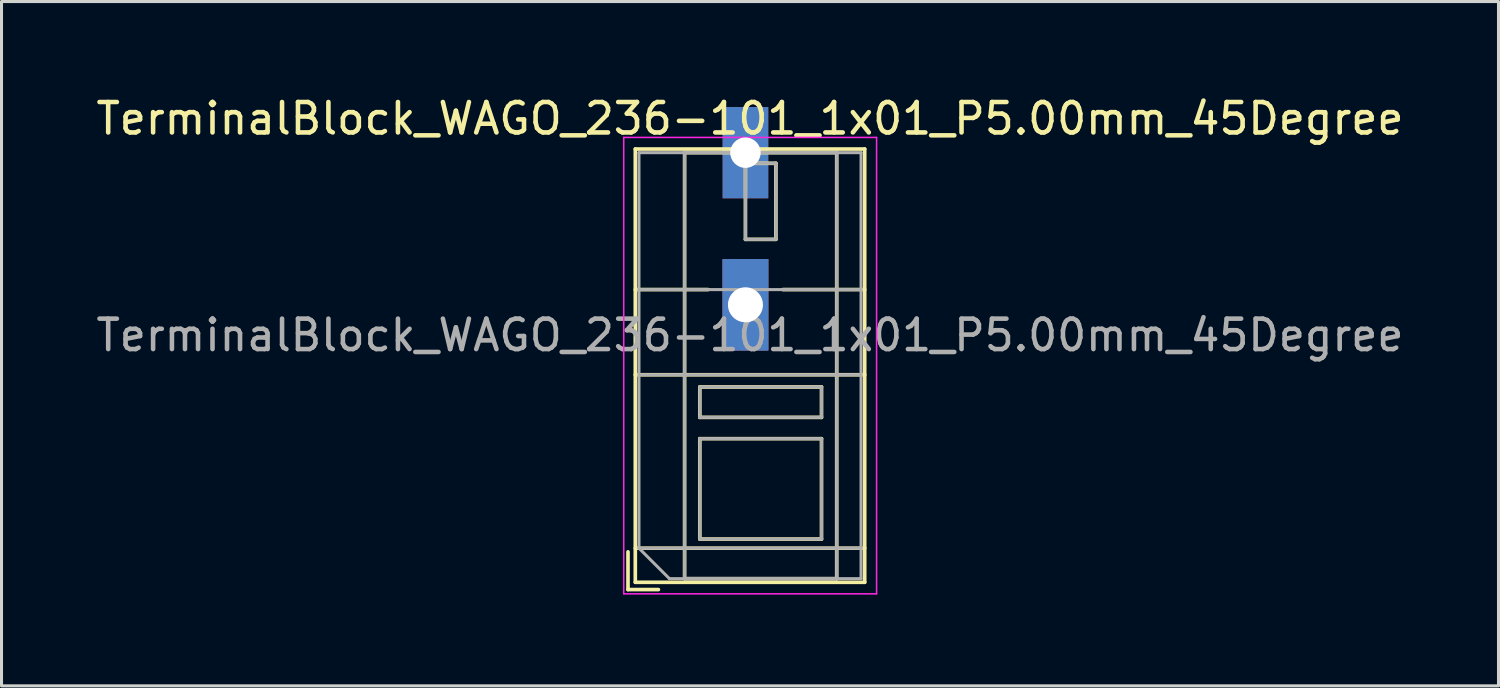
<source format=kicad_pcb>
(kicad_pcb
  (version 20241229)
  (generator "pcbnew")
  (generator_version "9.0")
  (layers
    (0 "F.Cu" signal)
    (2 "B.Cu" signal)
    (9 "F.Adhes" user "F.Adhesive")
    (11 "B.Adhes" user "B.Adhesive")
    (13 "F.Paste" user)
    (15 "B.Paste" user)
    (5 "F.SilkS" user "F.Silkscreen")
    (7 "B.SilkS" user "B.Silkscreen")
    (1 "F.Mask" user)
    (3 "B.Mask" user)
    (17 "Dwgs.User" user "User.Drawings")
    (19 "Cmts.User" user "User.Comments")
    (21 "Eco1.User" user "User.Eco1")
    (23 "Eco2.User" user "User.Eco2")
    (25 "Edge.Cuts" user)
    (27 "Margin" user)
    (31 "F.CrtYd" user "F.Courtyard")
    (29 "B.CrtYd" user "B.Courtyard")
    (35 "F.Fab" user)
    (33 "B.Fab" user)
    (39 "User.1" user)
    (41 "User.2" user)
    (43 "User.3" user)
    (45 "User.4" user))
  (footprint "TerminalBlock_WAGO_236-101_1x01_P5.00mm_45Degree"
    (layer "F.Cu")
    (at 21.451 6.968)
    (property "Reference" "TerminalBlock_WAGO_236-101_1x01_P5.00mm_45Degree" (at 0.15 -6.12 0) (layer "F.SilkS") (effects (font (size 1 1) (thickness 0.15))))
    (attr through_hole)
    (fp_line (start -3.86 8.12) (end -3.86 9.36) (stroke (width 0.12) (type solid)) (layer "F.SilkS"))
    (fp_line (start -3.86 9.36) (end -2.86 9.36) (stroke (width 0.12) (type solid)) (layer "F.SilkS"))
    (fp_line (start -3.62 -5.12) (end -3.62 9.12) (stroke (width 0.12) (type solid)) (layer "F.SilkS"))
    (fp_line (start -3.62 -5.12) (end 3.92 -5.12) (stroke (width 0.12) (type solid)) (layer "F.SilkS"))
    (fp_line (start -3.62 -0.5) (end -1.23 -0.5) (stroke (width 0.12) (type solid)) (layer "F.SilkS"))
    (fp_line (start -3.62 2.3) (end 3.92 2.3) (stroke (width 0.12) (type solid)) (layer "F.SilkS"))
    (fp_line (start -3.62 8) (end 3.92 8) (stroke (width 0.12) (type solid)) (layer "F.SilkS"))
    (fp_line (start -3.62 9.12) (end 3.92 9.12) (stroke (width 0.12) (type solid)) (layer "F.SilkS"))
    (fp_line (start -2 -5) (end -2 9) (stroke (width 0.12) (type solid)) (layer "F.SilkS"))
    (fp_line (start -2 -5) (end 3 -5) (stroke (width 0.12) (type solid)) (layer "F.SilkS"))
    (fp_line (start -2 9) (end 3 9) (stroke (width 0.12) (type solid)) (layer "F.SilkS"))
    (fp_line (start -1.5 2.7) (end -1.5 3.7) (stroke (width 0.12) (type solid)) (layer "F.SilkS"))
    (fp_line (start -1.5 2.7) (end 2.5 2.7) (stroke (width 0.12) (type solid)) (layer "F.SilkS"))
    (fp_line (start -1.5 3.7) (end 2.5 3.7) (stroke (width 0.12) (type solid)) (layer "F.SilkS"))
    (fp_line (start -1.5 4.4) (end -1.5 7.7) (stroke (width 0.12) (type solid)) (layer "F.SilkS"))
    (fp_line (start -1.5 4.4) (end 2.5 4.4) (stroke (width 0.12) (type solid)) (layer "F.SilkS"))
    (fp_line (start -1.5 7.7) (end 2.5 7.7) (stroke (width 0.12) (type solid)) (layer "F.SilkS"))
    (fp_line (start 0 -4.65) (end 0 -2.151) (stroke (width 0.12) (type solid)) (layer "F.SilkS"))
    (fp_line (start 0 -4.65) (end 1 -4.65) (stroke (width 0.12) (type solid)) (layer "F.SilkS"))
    (fp_line (start 0 -2.151) (end 1 -2.151) (stroke (width 0.12) (type solid)) (layer "F.SilkS"))
    (fp_line (start 1 -4.65) (end 1 -2.151) (stroke (width 0.12) (type solid)) (layer "F.SilkS"))
    (fp_line (start 1.23 -0.5) (end 3.92 -0.5) (stroke (width 0.12) (type solid)) (layer "F.SilkS"))
    (fp_line (start 2.5 2.7) (end 2.5 3.7) (stroke (width 0.12) (type solid)) (layer "F.SilkS"))
    (fp_line (start 2.5 4.4) (end 2.5 7.7) (stroke (width 0.12) (type solid)) (layer "F.SilkS"))
    (fp_line (start 3 -5) (end 3 9) (stroke (width 0.12) (type solid)) (layer "F.SilkS"))
    (fp_line (start 3.92 -5.12) (end 3.92 9.12) (stroke (width 0.12) (type solid)) (layer "F.SilkS"))
    (fp_line (start -4 -5.5) (end -4 9.5) (stroke (width 0.05) (type solid)) (layer "F.CrtYd"))
    (fp_line (start -4 9.5) (end 4.31 9.5) (stroke (width 0.05) (type solid)) (layer "F.CrtYd"))
    (fp_line (start 4.31 -5.5) (end -4 -5.5) (stroke (width 0.05) (type solid)) (layer "F.CrtYd"))
    (fp_line (start 4.31 9.5) (end 4.31 -5.5) (stroke (width 0.05) (type solid)) (layer "F.CrtYd"))
    (fp_line (start -3.5 -5) (end 3.8 -5) (stroke (width 0.1) (type solid)) (layer "F.Fab"))
    (fp_line (start -3.5 -0.5) (end 3.8 -0.5) (stroke (width 0.1) (type solid)) (layer "F.Fab"))
    (fp_line (start -3.5 2.3) (end 3.8 2.3) (stroke (width 0.1) (type solid)) (layer "F.Fab"))
    (fp_line (start -3.5 8) (end -3.5 -5) (stroke (width 0.1) (type solid)) (layer "F.Fab"))
    (fp_line (start -3.5 8) (end 3.8 8) (stroke (width 0.1) (type solid)) (layer "F.Fab"))
    (fp_line (start -2.5 9) (end -3.5 8) (stroke (width 0.1) (type solid)) (layer "F.Fab"))
    (fp_line (start -2 -5) (end -2 9) (stroke (width 0.1) (type solid)) (layer "F.Fab"))
    (fp_line (start -2 9) (end 3 9) (stroke (width 0.1) (type solid)) (layer "F.Fab"))
    (fp_line (start -1.5 2.7) (end -1.5 3.7) (stroke (width 0.1) (type solid)) (layer "F.Fab"))
    (fp_line (start -1.5 3.7) (end 2.5 3.7) (stroke (width 0.1) (type solid)) (layer "F.Fab"))
    (fp_line (start -1.5 4.4) (end -1.5 7.7) (stroke (width 0.1) (type solid)) (layer "F.Fab"))
    (fp_line (start -1.5 7.7) (end 2.5 7.7) (stroke (width 0.1) (type solid)) (layer "F.Fab"))
    (fp_line (start 0 -4.65) (end 0 -2.15) (stroke (width 0.1) (type solid)) (layer "F.Fab"))
    (fp_line (start 0 -2.15) (end 1 -2.15) (stroke (width 0.1) (type solid)) (layer "F.Fab"))
    (fp_line (start 1 -4.65) (end 0 -4.65) (stroke (width 0.1) (type solid)) (layer "F.Fab"))
    (fp_line (start 1 -2.15) (end 1 -4.65) (stroke (width 0.1) (type solid)) (layer "F.Fab"))
    (fp_line (start 2.5 2.7) (end -1.5 2.7) (stroke (width 0.1) (type solid)) (layer "F.Fab"))
    (fp_line (start 2.5 3.7) (end 2.5 2.7) (stroke (width 0.1) (type solid)) (layer "F.Fab"))
    (fp_line (start 2.5 4.4) (end -1.5 4.4) (stroke (width 0.1) (type solid)) (layer "F.Fab"))
    (fp_line (start 2.5 7.7) (end 2.5 4.4) (stroke (width 0.1) (type solid)) (layer "F.Fab"))
    (fp_line (start 3 -5) (end -2 -5) (stroke (width 0.1) (type solid)) (layer "F.Fab"))
    (fp_line (start 3 9) (end 3 -5) (stroke (width 0.1) (type solid)) (layer "F.Fab"))
    (fp_line (start 3.8 -5) (end 3.8 9) (stroke (width 0.1) (type solid)) (layer "F.Fab"))
    (fp_line (start 3.8 9) (end -2.5 9) (stroke (width 0.1) (type solid)) (layer "F.Fab"))
    (fp_text user "${REFERENCE}" (at 0.15 1 0) (layer "F.Fab") (effects (font (size 1 1) (thickness 0.15))))
    (pad "1" thru_hole rect (at 0 -5) (size 1.5 3) (drill 1) (layers "*.Cu" "*.Mask"))
    (pad "1" thru_hole rect (at 0 0) (size 1.5 3) (drill 1.15) (layers "*.Cu" "*.Mask"))
    (pad "1" thru_hole rect (at 0 0) (size 1.5 3) (drill 1) (layers "*.Cu" "*.Mask")))
  (gr_rect
    (start -3 -3)
    (end 46.202 19.493)
    (stroke (width 0.1) (type default))
    (fill no)
    (layer "Edge.Cuts")))
</source>
